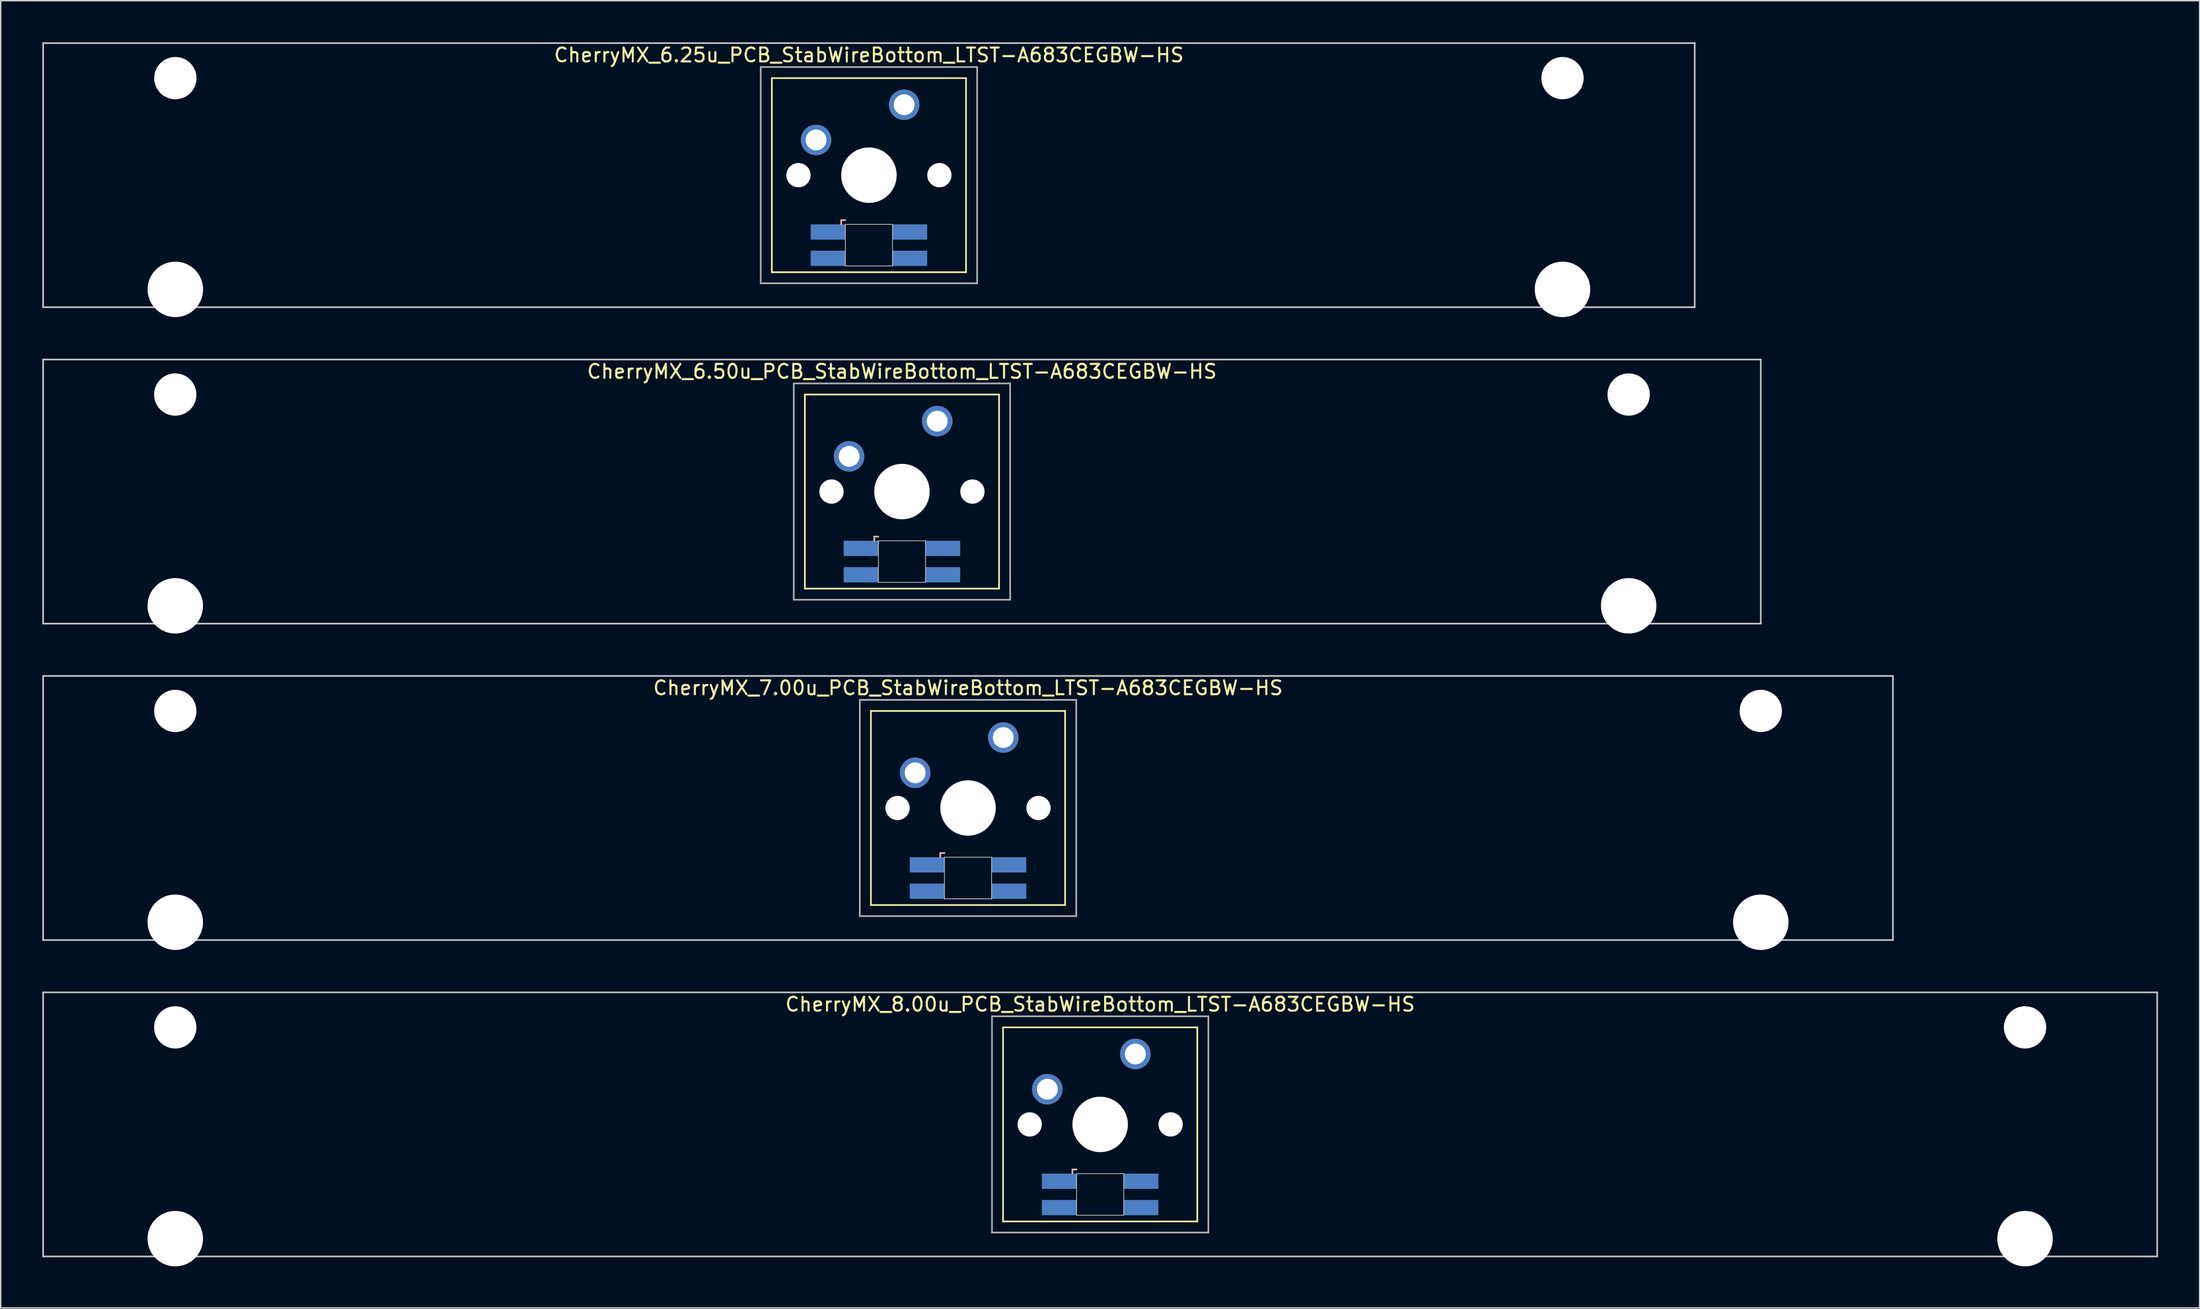
<source format=kicad_pcb>
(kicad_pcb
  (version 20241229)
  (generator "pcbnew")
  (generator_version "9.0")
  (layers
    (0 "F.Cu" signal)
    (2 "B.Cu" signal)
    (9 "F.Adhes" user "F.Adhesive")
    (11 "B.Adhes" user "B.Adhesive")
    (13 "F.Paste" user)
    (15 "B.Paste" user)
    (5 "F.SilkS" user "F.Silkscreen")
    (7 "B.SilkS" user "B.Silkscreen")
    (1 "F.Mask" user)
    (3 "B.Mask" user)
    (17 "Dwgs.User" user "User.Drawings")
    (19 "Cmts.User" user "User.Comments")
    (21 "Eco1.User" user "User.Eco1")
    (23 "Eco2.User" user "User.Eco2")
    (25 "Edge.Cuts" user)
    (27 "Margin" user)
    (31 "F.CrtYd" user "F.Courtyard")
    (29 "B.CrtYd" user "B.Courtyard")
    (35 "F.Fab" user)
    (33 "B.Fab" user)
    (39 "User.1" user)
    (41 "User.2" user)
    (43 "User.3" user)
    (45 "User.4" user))
  (footprint "CherryMX_6.50u_PCB_StabWireBottom_LTST-A683CEGBW-HS"
    (layer "F.Cu")
    (at 61.972 32.41)
    (property "Reference" "CherryMX_6.50u_PCB_StabWireBottom_LTST-A683CEGBW-HS" (at 0 -8.662 0) (layer "F.SilkS") (effects (font (size 1 1) (thickness 0.15))))
    (attr through_hole)
    (fp_line (start -7 -7) (end -7 7) (stroke (width 0.12) (type solid)) (layer "F.SilkS"))
    (fp_line (start -7 -7) (end 7 -7) (stroke (width 0.12) (type solid)) (layer "F.SilkS"))
    (fp_line (start 7 -7) (end 7 7) (stroke (width 0.12) (type solid)) (layer "F.SilkS"))
    (fp_line (start 7 7) (end -7 7) (stroke (width 0.12) (type solid)) (layer "F.SilkS"))
    (fp_line (start -2 3.25) (end -2 3.55) (stroke (width 0.12) (type solid)) (layer "B.SilkS"))
    (fp_line (start -1.7 3.25) (end -2 3.25) (stroke (width 0.12) (type solid)) (layer "B.SilkS"))
    (fp_line (start -61.913 -9.525) (end 61.913 -9.525) (stroke (width 0.12) (type solid)) (layer "Dwgs.User"))
    (fp_line (start -61.913 9.525) (end -61.913 -9.525) (stroke (width 0.12) (type solid)) (layer "Dwgs.User"))
    (fp_line (start 61.913 -9.525) (end 61.913 9.525) (stroke (width 0.12) (type solid)) (layer "Dwgs.User"))
    (fp_line (start 61.913 9.525) (end -61.913 9.525) (stroke (width 0.12) (type solid)) (layer "Dwgs.User"))
    (fp_line (start -1.7 3.55) (end 1.7 3.55) (stroke (width 0.05) (type solid)) (layer "Edge.Cuts"))
    (fp_line (start -1.7 6.55) (end -1.7 3.55) (stroke (width 0.05) (type solid)) (layer "Edge.Cuts"))
    (fp_line (start 1.7 3.55) (end 1.7 6.55) (stroke (width 0.05) (type solid)) (layer "Edge.Cuts"))
    (fp_line (start 1.7 6.55) (end -1.7 6.55) (stroke (width 0.05) (type solid)) (layer "Edge.Cuts"))
    (fp_line (start -7.8 -7.8) (end -7.8 7.8) (stroke (width 0.12) (type solid)) (layer "F.Fab"))
    (fp_line (start -7.8 -7.8) (end 7.8 -7.8) (stroke (width 0.12) (type solid)) (layer "F.Fab"))
    (fp_line (start -7.8 7.8) (end 7.8 7.8) (stroke (width 0.12) (type solid)) (layer "F.Fab"))
    (fp_line (start 7.8 -7.8) (end 7.8 7.8) (stroke (width 0.12) (type solid)) (layer "F.Fab"))
    (pad "" np_thru_hole circle (at -52.388 -7) (size 3.05 3.05) (drill 3.05) (layers "*.Cu" "*.Mask"))
    (pad "" np_thru_hole circle (at -52.388 8.24) (size 4 4) (drill 4) (layers "*.Cu" "*.Mask"))
    (pad "" np_thru_hole circle (at -5.08 0) (size 1.75 1.75) (drill 1.75) (layers "*.Cu" "*.Mask"))
    (pad "" np_thru_hole circle (at 0 0) (size 4 4) (drill 4) (layers "*.Cu" "*.Mask"))
    (pad "" np_thru_hole circle (at 5.08 0) (size 1.75 1.75) (drill 1.75) (layers "*.Cu" "*.Mask"))
    (pad "" np_thru_hole circle (at 52.388 -7) (size 3.05 3.05) (drill 3.05) (layers "*.Cu" "*.Mask"))
    (pad "" np_thru_hole circle (at 52.388 8.24) (size 4 4) (drill 4) (layers "*.Cu" "*.Mask"))
    (pad "1" thru_hole circle (at -3.81 -2.54) (size 2.2 2.2) (drill 1.5) (layers "*.Cu" "*.Mask"))
    (pad "2" thru_hole circle (at 2.54 -5.08) (size 2.2 2.2) (drill 1.5) (layers "*.Cu" "*.Mask"))
    (pad "3" smd rect (at -2.95 4.1) (size 2.5 1.1) (layers "B.Cu" "B.Mask" "B.Paste"))
    (pad "4" smd rect (at -2.95 6) (size 2.5 1.1) (layers "B.Cu" "B.Mask" "B.Paste"))
    (pad "5" smd rect (at 2.95 4.1) (size 2.5 1.1) (layers "B.Cu" "B.Mask" "B.Paste"))
    (pad "6" smd rect (at 2.95 6) (size 2.5 1.1) (layers "B.Cu" "B.Mask" "B.Paste")))
  (footprint "CherryMX_6.25u_PCB_StabWireBottom_LTST-A683CEGBW-HS"
    (layer "F.Cu")
    (at 59.591 9.585)
    (property "Reference" "CherryMX_6.25u_PCB_StabWireBottom_LTST-A683CEGBW-HS" (at 0 -8.662 0) (layer "F.SilkS") (effects (font (size 1 1) (thickness 0.15))))
    (attr through_hole)
    (fp_line (start -7 -7) (end -7 7) (stroke (width 0.12) (type solid)) (layer "F.SilkS"))
    (fp_line (start -7 -7) (end 7 -7) (stroke (width 0.12) (type solid)) (layer "F.SilkS"))
    (fp_line (start 7 -7) (end 7 7) (stroke (width 0.12) (type solid)) (layer "F.SilkS"))
    (fp_line (start 7 7) (end -7 7) (stroke (width 0.12) (type solid)) (layer "F.SilkS"))
    (fp_line (start -2 3.25) (end -2 3.55) (stroke (width 0.12) (type solid)) (layer "B.SilkS"))
    (fp_line (start -1.7 3.25) (end -2 3.25) (stroke (width 0.12) (type solid)) (layer "B.SilkS"))
    (fp_line (start -59.531 -9.525) (end 59.531 -9.525) (stroke (width 0.12) (type solid)) (layer "Dwgs.User"))
    (fp_line (start -59.531 9.525) (end -59.531 -9.525) (stroke (width 0.12) (type solid)) (layer "Dwgs.User"))
    (fp_line (start 59.531 -9.525) (end 59.531 9.525) (stroke (width 0.12) (type solid)) (layer "Dwgs.User"))
    (fp_line (start 59.531 9.525) (end -59.531 9.525) (stroke (width 0.12) (type solid)) (layer "Dwgs.User"))
    (fp_line (start -1.7 3.55) (end 1.7 3.55) (stroke (width 0.05) (type solid)) (layer "Edge.Cuts"))
    (fp_line (start -1.7 6.55) (end -1.7 3.55) (stroke (width 0.05) (type solid)) (layer "Edge.Cuts"))
    (fp_line (start 1.7 3.55) (end 1.7 6.55) (stroke (width 0.05) (type solid)) (layer "Edge.Cuts"))
    (fp_line (start 1.7 6.55) (end -1.7 6.55) (stroke (width 0.05) (type solid)) (layer "Edge.Cuts"))
    (fp_line (start -7.8 -7.8) (end -7.8 7.8) (stroke (width 0.12) (type solid)) (layer "F.Fab"))
    (fp_line (start -7.8 -7.8) (end 7.8 -7.8) (stroke (width 0.12) (type solid)) (layer "F.Fab"))
    (fp_line (start -7.8 7.8) (end 7.8 7.8) (stroke (width 0.12) (type solid)) (layer "F.Fab"))
    (fp_line (start 7.8 -7.8) (end 7.8 7.8) (stroke (width 0.12) (type solid)) (layer "F.Fab"))
    (pad "" np_thru_hole circle (at -50 -7) (size 3.05 3.05) (drill 3.05) (layers "*.Cu" "*.Mask"))
    (pad "" np_thru_hole circle (at -50 8.24) (size 4 4) (drill 4) (layers "*.Cu" "*.Mask"))
    (pad "" np_thru_hole circle (at -5.08 0) (size 1.75 1.75) (drill 1.75) (layers "*.Cu" "*.Mask"))
    (pad "" np_thru_hole circle (at 0 0) (size 4 4) (drill 4) (layers "*.Cu" "*.Mask"))
    (pad "" np_thru_hole circle (at 5.08 0) (size 1.75 1.75) (drill 1.75) (layers "*.Cu" "*.Mask"))
    (pad "" np_thru_hole circle (at 50 -7) (size 3.05 3.05) (drill 3.05) (layers "*.Cu" "*.Mask"))
    (pad "" np_thru_hole circle (at 50 8.24) (size 4 4) (drill 4) (layers "*.Cu" "*.Mask"))
    (pad "1" thru_hole circle (at -3.81 -2.54) (size 2.2 2.2) (drill 1.5) (layers "*.Cu" "*.Mask"))
    (pad "2" thru_hole circle (at 2.54 -5.08) (size 2.2 2.2) (drill 1.5) (layers "*.Cu" "*.Mask"))
    (pad "3" smd rect (at -2.95 4.1) (size 2.5 1.1) (layers "B.Cu" "B.Mask" "B.Paste"))
    (pad "4" smd rect (at -2.95 6) (size 2.5 1.1) (layers "B.Cu" "B.Mask" "B.Paste"))
    (pad "5" smd rect (at 2.95 4.1) (size 2.5 1.1) (layers "B.Cu" "B.Mask" "B.Paste"))
    (pad "6" smd rect (at 2.95 6) (size 2.5 1.1) (layers "B.Cu" "B.Mask" "B.Paste")))
  (footprint "CherryMX_7.00u_PCB_StabWireBottom_LTST-A683CEGBW-HS"
    (layer "F.Cu")
    (at 66.735 55.235)
    (property "Reference" "CherryMX_7.00u_PCB_StabWireBottom_LTST-A683CEGBW-HS" (at 0 -8.662 0) (layer "F.SilkS") (effects (font (size 1 1) (thickness 0.15))))
    (attr through_hole)
    (fp_line (start -7 -7) (end -7 7) (stroke (width 0.12) (type solid)) (layer "F.SilkS"))
    (fp_line (start -7 -7) (end 7 -7) (stroke (width 0.12) (type solid)) (layer "F.SilkS"))
    (fp_line (start 7 -7) (end 7 7) (stroke (width 0.12) (type solid)) (layer "F.SilkS"))
    (fp_line (start 7 7) (end -7 7) (stroke (width 0.12) (type solid)) (layer "F.SilkS"))
    (fp_line (start -2 3.25) (end -2 3.55) (stroke (width 0.12) (type solid)) (layer "B.SilkS"))
    (fp_line (start -1.7 3.25) (end -2 3.25) (stroke (width 0.12) (type solid)) (layer "B.SilkS"))
    (fp_line (start -66.675 -9.525) (end 66.675 -9.525) (stroke (width 0.12) (type solid)) (layer "Dwgs.User"))
    (fp_line (start -66.675 9.525) (end -66.675 -9.525) (stroke (width 0.12) (type solid)) (layer "Dwgs.User"))
    (fp_line (start 66.675 -9.525) (end 66.675 9.525) (stroke (width 0.12) (type solid)) (layer "Dwgs.User"))
    (fp_line (start 66.675 9.525) (end -66.675 9.525) (stroke (width 0.12) (type solid)) (layer "Dwgs.User"))
    (fp_line (start -1.7 3.55) (end 1.7 3.55) (stroke (width 0.05) (type solid)) (layer "Edge.Cuts"))
    (fp_line (start -1.7 6.55) (end -1.7 3.55) (stroke (width 0.05) (type solid)) (layer "Edge.Cuts"))
    (fp_line (start 1.7 3.55) (end 1.7 6.55) (stroke (width 0.05) (type solid)) (layer "Edge.Cuts"))
    (fp_line (start 1.7 6.55) (end -1.7 6.55) (stroke (width 0.05) (type solid)) (layer "Edge.Cuts"))
    (fp_line (start -7.8 -7.8) (end -7.8 7.8) (stroke (width 0.12) (type solid)) (layer "F.Fab"))
    (fp_line (start -7.8 -7.8) (end 7.8 -7.8) (stroke (width 0.12) (type solid)) (layer "F.Fab"))
    (fp_line (start -7.8 7.8) (end 7.8 7.8) (stroke (width 0.12) (type solid)) (layer "F.Fab"))
    (fp_line (start 7.8 -7.8) (end 7.8 7.8) (stroke (width 0.12) (type solid)) (layer "F.Fab"))
    (pad "" np_thru_hole circle (at -57.15 -7) (size 3.05 3.05) (drill 3.05) (layers "*.Cu" "*.Mask"))
    (pad "" np_thru_hole circle (at -57.15 8.24) (size 4 4) (drill 4) (layers "*.Cu" "*.Mask"))
    (pad "" np_thru_hole circle (at -5.08 0) (size 1.75 1.75) (drill 1.75) (layers "*.Cu" "*.Mask"))
    (pad "" np_thru_hole circle (at 0 0) (size 4 4) (drill 4) (layers "*.Cu" "*.Mask"))
    (pad "" np_thru_hole circle (at 5.08 0) (size 1.75 1.75) (drill 1.75) (layers "*.Cu" "*.Mask"))
    (pad "" np_thru_hole circle (at 57.15 -7) (size 3.05 3.05) (drill 3.05) (layers "*.Cu" "*.Mask"))
    (pad "" np_thru_hole circle (at 57.15 8.24) (size 4 4) (drill 4) (layers "*.Cu" "*.Mask"))
    (pad "1" thru_hole circle (at -3.81 -2.54) (size 2.2 2.2) (drill 1.5) (layers "*.Cu" "*.Mask"))
    (pad "2" thru_hole circle (at 2.54 -5.08) (size 2.2 2.2) (drill 1.5) (layers "*.Cu" "*.Mask"))
    (pad "3" smd rect (at -2.95 4.1) (size 2.5 1.1) (layers "B.Cu" "B.Mask" "B.Paste"))
    (pad "4" smd rect (at -2.95 6) (size 2.5 1.1) (layers "B.Cu" "B.Mask" "B.Paste"))
    (pad "5" smd rect (at 2.95 4.1) (size 2.5 1.1) (layers "B.Cu" "B.Mask" "B.Paste"))
    (pad "6" smd rect (at 2.95 6) (size 2.5 1.1) (layers "B.Cu" "B.Mask" "B.Paste")))
  (footprint "CherryMX_8.00u_PCB_StabWireBottom_LTST-A683CEGBW-HS"
    (layer "F.Cu")
    (at 76.26 78.06)
    (property "Reference" "CherryMX_8.00u_PCB_StabWireBottom_LTST-A683CEGBW-HS" (at 0 -8.662 0) (layer "F.SilkS") (effects (font (size 1 1) (thickness 0.15))))
    (attr through_hole)
    (fp_line (start -7 -7) (end -7 7) (stroke (width 0.12) (type solid)) (layer "F.SilkS"))
    (fp_line (start -7 -7) (end 7 -7) (stroke (width 0.12) (type solid)) (layer "F.SilkS"))
    (fp_line (start 7 -7) (end 7 7) (stroke (width 0.12) (type solid)) (layer "F.SilkS"))
    (fp_line (start 7 7) (end -7 7) (stroke (width 0.12) (type solid)) (layer "F.SilkS"))
    (fp_line (start -2 3.25) (end -2 3.55) (stroke (width 0.12) (type solid)) (layer "B.SilkS"))
    (fp_line (start -1.7 3.25) (end -2 3.25) (stroke (width 0.12) (type solid)) (layer "B.SilkS"))
    (fp_line (start -76.2 -9.525) (end 76.2 -9.525) (stroke (width 0.12) (type solid)) (layer "Dwgs.User"))
    (fp_line (start -76.2 9.525) (end -76.2 -9.525) (stroke (width 0.12) (type solid)) (layer "Dwgs.User"))
    (fp_line (start 76.2 -9.525) (end 76.2 9.525) (stroke (width 0.12) (type solid)) (layer "Dwgs.User"))
    (fp_line (start 76.2 9.525) (end -76.2 9.525) (stroke (width 0.12) (type solid)) (layer "Dwgs.User"))
    (fp_line (start -1.7 3.55) (end 1.7 3.55) (stroke (width 0.05) (type solid)) (layer "Edge.Cuts"))
    (fp_line (start -1.7 6.55) (end -1.7 3.55) (stroke (width 0.05) (type solid)) (layer "Edge.Cuts"))
    (fp_line (start 1.7 3.55) (end 1.7 6.55) (stroke (width 0.05) (type solid)) (layer "Edge.Cuts"))
    (fp_line (start 1.7 6.55) (end -1.7 6.55) (stroke (width 0.05) (type solid)) (layer "Edge.Cuts"))
    (fp_line (start -7.8 -7.8) (end -7.8 7.8) (stroke (width 0.12) (type solid)) (layer "F.Fab"))
    (fp_line (start -7.8 -7.8) (end 7.8 -7.8) (stroke (width 0.12) (type solid)) (layer "F.Fab"))
    (fp_line (start -7.8 7.8) (end 7.8 7.8) (stroke (width 0.12) (type solid)) (layer "F.Fab"))
    (fp_line (start 7.8 -7.8) (end 7.8 7.8) (stroke (width 0.12) (type solid)) (layer "F.Fab"))
    (pad "" np_thru_hole circle (at -66.675 -7) (size 3.05 3.05) (drill 3.05) (layers "*.Cu" "*.Mask"))
    (pad "" np_thru_hole circle (at -66.675 8.24) (size 4 4) (drill 4) (layers "*.Cu" "*.Mask"))
    (pad "" np_thru_hole circle (at -5.08 0) (size 1.75 1.75) (drill 1.75) (layers "*.Cu" "*.Mask"))
    (pad "" np_thru_hole circle (at 0 0) (size 4 4) (drill 4) (layers "*.Cu" "*.Mask"))
    (pad "" np_thru_hole circle (at 5.08 0) (size 1.75 1.75) (drill 1.75) (layers "*.Cu" "*.Mask"))
    (pad "" np_thru_hole circle (at 66.675 -7) (size 3.05 3.05) (drill 3.05) (layers "*.Cu" "*.Mask"))
    (pad "" np_thru_hole circle (at 66.675 8.24) (size 4 4) (drill 4) (layers "*.Cu" "*.Mask"))
    (pad "1" thru_hole circle (at -3.81 -2.54) (size 2.2 2.2) (drill 1.5) (layers "*.Cu" "*.Mask"))
    (pad "2" thru_hole circle (at 2.54 -5.08) (size 2.2 2.2) (drill 1.5) (layers "*.Cu" "*.Mask"))
    (pad "3" smd rect (at -2.95 4.1) (size 2.5 1.1) (layers "B.Cu" "B.Mask" "B.Paste"))
    (pad "4" smd rect (at -2.95 6) (size 2.5 1.1) (layers "B.Cu" "B.Mask" "B.Paste"))
    (pad "5" smd rect (at 2.95 4.1) (size 2.5 1.1) (layers "B.Cu" "B.Mask" "B.Paste"))
    (pad "6" smd rect (at 2.95 6) (size 2.5 1.1) (layers "B.Cu" "B.Mask" "B.Paste")))
  (gr_rect
    (start -3 -3)
    (end 155.52 91.3)
    (stroke (width 0.1) (type default))
    (fill no)
    (layer "Edge.Cuts")))
</source>
